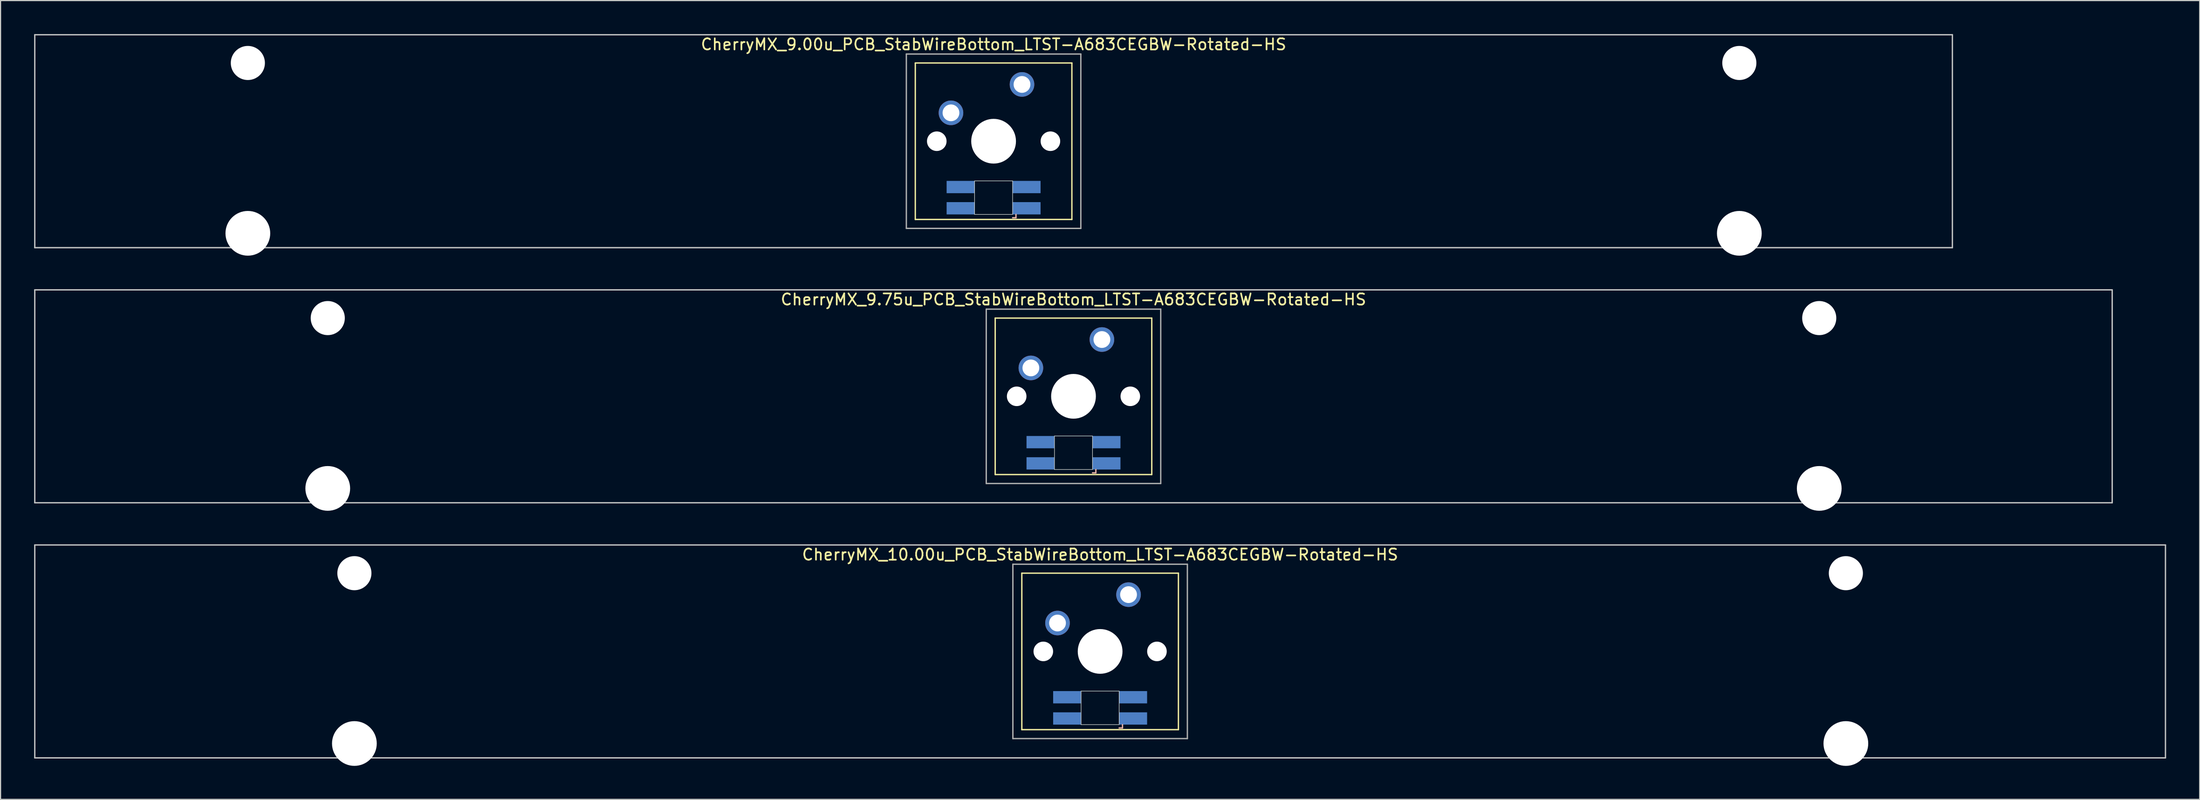
<source format=kicad_pcb>
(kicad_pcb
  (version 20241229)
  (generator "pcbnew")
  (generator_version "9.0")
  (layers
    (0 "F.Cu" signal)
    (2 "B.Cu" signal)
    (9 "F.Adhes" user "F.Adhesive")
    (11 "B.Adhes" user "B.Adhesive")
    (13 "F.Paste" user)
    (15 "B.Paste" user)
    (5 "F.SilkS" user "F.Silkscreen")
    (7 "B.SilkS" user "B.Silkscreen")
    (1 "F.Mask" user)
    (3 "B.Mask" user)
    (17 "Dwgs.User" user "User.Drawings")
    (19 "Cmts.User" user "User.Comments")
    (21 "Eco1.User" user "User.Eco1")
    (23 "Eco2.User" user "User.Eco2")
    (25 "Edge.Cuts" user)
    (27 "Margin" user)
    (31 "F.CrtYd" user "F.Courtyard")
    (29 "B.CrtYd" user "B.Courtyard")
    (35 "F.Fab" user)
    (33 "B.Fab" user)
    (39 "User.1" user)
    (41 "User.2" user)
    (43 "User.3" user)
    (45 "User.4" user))
  (footprint "CherryMX_9.00u_PCB_StabWireBottom_LTST-A683CEGBW-Rotated-HS"
    (layer "F.Cu")
    (at 85.785 9.585)
    (property "Reference" "CherryMX_9.00u_PCB_StabWireBottom_LTST-A683CEGBW-Rotated-HS" (at 0 -8.662 0) (layer "F.SilkS") (effects (font (size 1 1) (thickness 0.15))))
    (attr through_hole)
    (fp_line (start -7 -7) (end -7 7) (stroke (width 0.12) (type solid)) (layer "F.SilkS"))
    (fp_line (start -7 -7) (end 7 -7) (stroke (width 0.12) (type solid)) (layer "F.SilkS"))
    (fp_line (start 7 -7) (end 7 7) (stroke (width 0.12) (type solid)) (layer "F.SilkS"))
    (fp_line (start 7 7) (end -7 7) (stroke (width 0.12) (type solid)) (layer "F.SilkS"))
    (fp_line (start 1.7 6.85) (end 2 6.85) (stroke (width 0.12) (type solid)) (layer "B.SilkS"))
    (fp_line (start 2 6.85) (end 2 6.55) (stroke (width 0.12) (type solid)) (layer "B.SilkS"))
    (fp_line (start -85.725 -9.525) (end 85.725 -9.525) (stroke (width 0.12) (type solid)) (layer "Dwgs.User"))
    (fp_line (start -85.725 9.525) (end -85.725 -9.525) (stroke (width 0.12) (type solid)) (layer "Dwgs.User"))
    (fp_line (start 85.725 -9.525) (end 85.725 9.525) (stroke (width 0.12) (type solid)) (layer "Dwgs.User"))
    (fp_line (start 85.725 9.525) (end -85.725 9.525) (stroke (width 0.12) (type solid)) (layer "Dwgs.User"))
    (fp_line (start -1.7 3.55) (end 1.7 3.55) (stroke (width 0.05) (type solid)) (layer "Edge.Cuts"))
    (fp_line (start -1.7 6.55) (end -1.7 3.55) (stroke (width 0.05) (type solid)) (layer "Edge.Cuts"))
    (fp_line (start 1.7 3.55) (end 1.7 6.55) (stroke (width 0.05) (type solid)) (layer "Edge.Cuts"))
    (fp_line (start 1.7 6.55) (end -1.7 6.55) (stroke (width 0.05) (type solid)) (layer "Edge.Cuts"))
    (fp_line (start -7.8 -7.8) (end -7.8 7.8) (stroke (width 0.12) (type solid)) (layer "F.Fab"))
    (fp_line (start -7.8 -7.8) (end 7.8 -7.8) (stroke (width 0.12) (type solid)) (layer "F.Fab"))
    (fp_line (start -7.8 7.8) (end 7.8 7.8) (stroke (width 0.12) (type solid)) (layer "F.Fab"))
    (fp_line (start 7.8 -7.8) (end 7.8 7.8) (stroke (width 0.12) (type solid)) (layer "F.Fab"))
    (pad "" np_thru_hole circle (at -66.675 -7) (size 3.05 3.05) (drill 3.05) (layers "*.Cu" "*.Mask"))
    (pad "" np_thru_hole circle (at -66.675 8.24) (size 4 4) (drill 4) (layers "*.Cu" "*.Mask"))
    (pad "" np_thru_hole circle (at -5.08 0) (size 1.75 1.75) (drill 1.75) (layers "*.Cu" "*.Mask"))
    (pad "" np_thru_hole circle (at 0 0) (size 4 4) (drill 4) (layers "*.Cu" "*.Mask"))
    (pad "" np_thru_hole circle (at 5.08 0) (size 1.75 1.75) (drill 1.75) (layers "*.Cu" "*.Mask"))
    (pad "" np_thru_hole circle (at 66.675 -7) (size 3.05 3.05) (drill 3.05) (layers "*.Cu" "*.Mask"))
    (pad "" np_thru_hole circle (at 66.675 8.24) (size 4 4) (drill 4) (layers "*.Cu" "*.Mask"))
    (pad "1" thru_hole circle (at -3.81 -2.54) (size 2.2 2.2) (drill 1.5) (layers "*.Cu" "*.Mask"))
    (pad "2" thru_hole circle (at 2.54 -5.08) (size 2.2 2.2) (drill 1.5) (layers "*.Cu" "*.Mask"))
    (pad "3" smd rect (at 2.95 6) (size 2.5 1.1) (layers "B.Cu" "B.Mask" "B.Paste"))
    (pad "4" smd rect (at 2.95 4.1) (size 2.5 1.1) (layers "B.Cu" "B.Mask" "B.Paste"))
    (pad "5" smd rect (at -2.95 6) (size 2.5 1.1) (layers "B.Cu" "B.Mask" "B.Paste"))
    (pad "6" smd rect (at -2.95 4.1) (size 2.5 1.1) (layers "B.Cu" "B.Mask" "B.Paste")))
  (footprint "CherryMX_10.00u_PCB_StabWireBottom_LTST-A683CEGBW-Rotated-HS"
    (layer "F.Cu")
    (at 95.31 55.235)
    (property "Reference" "CherryMX_10.00u_PCB_StabWireBottom_LTST-A683CEGBW-Rotated-HS" (at 0 -8.662 0) (layer "F.SilkS") (effects (font (size 1 1) (thickness 0.15))))
    (attr through_hole)
    (fp_line (start -7 -7) (end -7 7) (stroke (width 0.12) (type solid)) (layer "F.SilkS"))
    (fp_line (start -7 -7) (end 7 -7) (stroke (width 0.12) (type solid)) (layer "F.SilkS"))
    (fp_line (start 7 -7) (end 7 7) (stroke (width 0.12) (type solid)) (layer "F.SilkS"))
    (fp_line (start 7 7) (end -7 7) (stroke (width 0.12) (type solid)) (layer "F.SilkS"))
    (fp_line (start 1.7 6.85) (end 2 6.85) (stroke (width 0.12) (type solid)) (layer "B.SilkS"))
    (fp_line (start 2 6.85) (end 2 6.55) (stroke (width 0.12) (type solid)) (layer "B.SilkS"))
    (fp_line (start -95.25 -9.525) (end 95.25 -9.525) (stroke (width 0.12) (type solid)) (layer "Dwgs.User"))
    (fp_line (start -95.25 9.525) (end -95.25 -9.525) (stroke (width 0.12) (type solid)) (layer "Dwgs.User"))
    (fp_line (start 95.25 -9.525) (end 95.25 9.525) (stroke (width 0.12) (type solid)) (layer "Dwgs.User"))
    (fp_line (start 95.25 9.525) (end -95.25 9.525) (stroke (width 0.12) (type solid)) (layer "Dwgs.User"))
    (fp_line (start -1.7 3.55) (end 1.7 3.55) (stroke (width 0.05) (type solid)) (layer "Edge.Cuts"))
    (fp_line (start -1.7 6.55) (end -1.7 3.55) (stroke (width 0.05) (type solid)) (layer "Edge.Cuts"))
    (fp_line (start 1.7 3.55) (end 1.7 6.55) (stroke (width 0.05) (type solid)) (layer "Edge.Cuts"))
    (fp_line (start 1.7 6.55) (end -1.7 6.55) (stroke (width 0.05) (type solid)) (layer "Edge.Cuts"))
    (fp_line (start -7.8 -7.8) (end -7.8 7.8) (stroke (width 0.12) (type solid)) (layer "F.Fab"))
    (fp_line (start -7.8 -7.8) (end 7.8 -7.8) (stroke (width 0.12) (type solid)) (layer "F.Fab"))
    (fp_line (start -7.8 7.8) (end 7.8 7.8) (stroke (width 0.12) (type solid)) (layer "F.Fab"))
    (fp_line (start 7.8 -7.8) (end 7.8 7.8) (stroke (width 0.12) (type solid)) (layer "F.Fab"))
    (pad "" np_thru_hole circle (at -66.675 -7) (size 3.05 3.05) (drill 3.05) (layers "*.Cu" "*.Mask"))
    (pad "" np_thru_hole circle (at -66.675 8.24) (size 4 4) (drill 4) (layers "*.Cu" "*.Mask"))
    (pad "" np_thru_hole circle (at -5.08 0) (size 1.75 1.75) (drill 1.75) (layers "*.Cu" "*.Mask"))
    (pad "" np_thru_hole circle (at 0 0) (size 4 4) (drill 4) (layers "*.Cu" "*.Mask"))
    (pad "" np_thru_hole circle (at 5.08 0) (size 1.75 1.75) (drill 1.75) (layers "*.Cu" "*.Mask"))
    (pad "" np_thru_hole circle (at 66.675 -7) (size 3.05 3.05) (drill 3.05) (layers "*.Cu" "*.Mask"))
    (pad "" np_thru_hole circle (at 66.675 8.24) (size 4 4) (drill 4) (layers "*.Cu" "*.Mask"))
    (pad "1" thru_hole circle (at -3.81 -2.54) (size 2.2 2.2) (drill 1.5) (layers "*.Cu" "*.Mask"))
    (pad "2" thru_hole circle (at 2.54 -5.08) (size 2.2 2.2) (drill 1.5) (layers "*.Cu" "*.Mask"))
    (pad "3" smd rect (at 2.95 6) (size 2.5 1.1) (layers "B.Cu" "B.Mask" "B.Paste"))
    (pad "4" smd rect (at 2.95 4.1) (size 2.5 1.1) (layers "B.Cu" "B.Mask" "B.Paste"))
    (pad "5" smd rect (at -2.95 6) (size 2.5 1.1) (layers "B.Cu" "B.Mask" "B.Paste"))
    (pad "6" smd rect (at -2.95 4.1) (size 2.5 1.1) (layers "B.Cu" "B.Mask" "B.Paste")))
  (footprint "CherryMX_9.75u_PCB_StabWireBottom_LTST-A683CEGBW-Rotated-HS"
    (layer "F.Cu")
    (at 92.929 32.41)
    (property "Reference" "CherryMX_9.75u_PCB_StabWireBottom_LTST-A683CEGBW-Rotated-HS" (at 0 -8.662 0) (layer "F.SilkS") (effects (font (size 1 1) (thickness 0.15))))
    (attr through_hole)
    (fp_line (start -7 -7) (end -7 7) (stroke (width 0.12) (type solid)) (layer "F.SilkS"))
    (fp_line (start -7 -7) (end 7 -7) (stroke (width 0.12) (type solid)) (layer "F.SilkS"))
    (fp_line (start 7 -7) (end 7 7) (stroke (width 0.12) (type solid)) (layer "F.SilkS"))
    (fp_line (start 7 7) (end -7 7) (stroke (width 0.12) (type solid)) (layer "F.SilkS"))
    (fp_line (start 1.7 6.85) (end 2 6.85) (stroke (width 0.12) (type solid)) (layer "B.SilkS"))
    (fp_line (start 2 6.85) (end 2 6.55) (stroke (width 0.12) (type solid)) (layer "B.SilkS"))
    (fp_line (start -92.869 -9.525) (end 92.869 -9.525) (stroke (width 0.12) (type solid)) (layer "Dwgs.User"))
    (fp_line (start -92.869 9.525) (end -92.869 -9.525) (stroke (width 0.12) (type solid)) (layer "Dwgs.User"))
    (fp_line (start 92.869 -9.525) (end 92.869 9.525) (stroke (width 0.12) (type solid)) (layer "Dwgs.User"))
    (fp_line (start 92.869 9.525) (end -92.869 9.525) (stroke (width 0.12) (type solid)) (layer "Dwgs.User"))
    (fp_line (start -1.7 3.55) (end 1.7 3.55) (stroke (width 0.05) (type solid)) (layer "Edge.Cuts"))
    (fp_line (start -1.7 6.55) (end -1.7 3.55) (stroke (width 0.05) (type solid)) (layer "Edge.Cuts"))
    (fp_line (start 1.7 3.55) (end 1.7 6.55) (stroke (width 0.05) (type solid)) (layer "Edge.Cuts"))
    (fp_line (start 1.7 6.55) (end -1.7 6.55) (stroke (width 0.05) (type solid)) (layer "Edge.Cuts"))
    (fp_line (start -7.8 -7.8) (end -7.8 7.8) (stroke (width 0.12) (type solid)) (layer "F.Fab"))
    (fp_line (start -7.8 -7.8) (end 7.8 -7.8) (stroke (width 0.12) (type solid)) (layer "F.Fab"))
    (fp_line (start -7.8 7.8) (end 7.8 7.8) (stroke (width 0.12) (type solid)) (layer "F.Fab"))
    (fp_line (start 7.8 -7.8) (end 7.8 7.8) (stroke (width 0.12) (type solid)) (layer "F.Fab"))
    (pad "" np_thru_hole circle (at -66.675 -7) (size 3.05 3.05) (drill 3.05) (layers "*.Cu" "*.Mask"))
    (pad "" np_thru_hole circle (at -66.675 8.24) (size 4 4) (drill 4) (layers "*.Cu" "*.Mask"))
    (pad "" np_thru_hole circle (at -5.08 0) (size 1.75 1.75) (drill 1.75) (layers "*.Cu" "*.Mask"))
    (pad "" np_thru_hole circle (at 0 0) (size 4 4) (drill 4) (layers "*.Cu" "*.Mask"))
    (pad "" np_thru_hole circle (at 5.08 0) (size 1.75 1.75) (drill 1.75) (layers "*.Cu" "*.Mask"))
    (pad "" np_thru_hole circle (at 66.675 -7) (size 3.05 3.05) (drill 3.05) (layers "*.Cu" "*.Mask"))
    (pad "" np_thru_hole circle (at 66.675 8.24) (size 4 4) (drill 4) (layers "*.Cu" "*.Mask"))
    (pad "1" thru_hole circle (at -3.81 -2.54) (size 2.2 2.2) (drill 1.5) (layers "*.Cu" "*.Mask"))
    (pad "2" thru_hole circle (at 2.54 -5.08) (size 2.2 2.2) (drill 1.5) (layers "*.Cu" "*.Mask"))
    (pad "3" smd rect (at 2.95 6) (size 2.5 1.1) (layers "B.Cu" "B.Mask" "B.Paste"))
    (pad "4" smd rect (at 2.95 4.1) (size 2.5 1.1) (layers "B.Cu" "B.Mask" "B.Paste"))
    (pad "5" smd rect (at -2.95 6) (size 2.5 1.1) (layers "B.Cu" "B.Mask" "B.Paste"))
    (pad "6" smd rect (at -2.95 4.1) (size 2.5 1.1) (layers "B.Cu" "B.Mask" "B.Paste")))
  (gr_rect
    (start -3 -3)
    (end 193.62 68.475)
    (stroke (width 0.1) (type default))
    (fill no)
    (layer "Edge.Cuts")))
</source>
